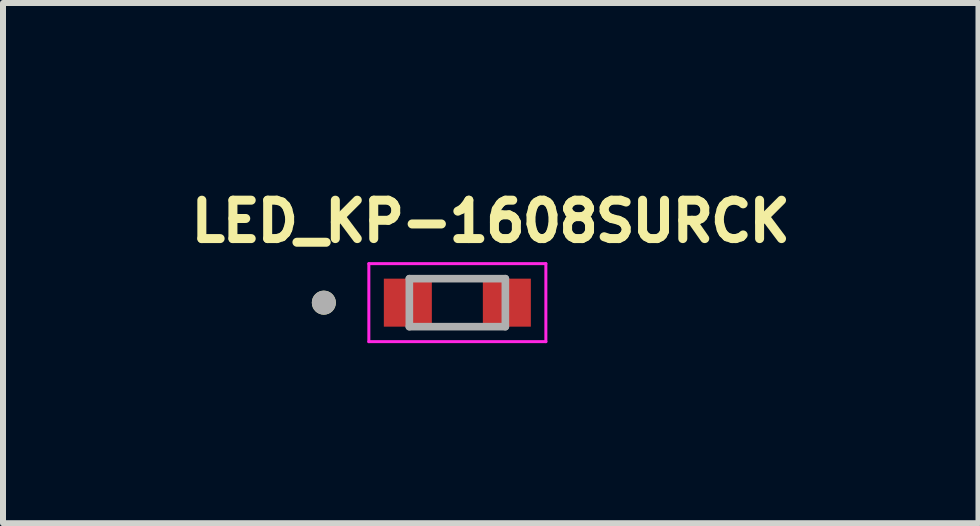
<source format=kicad_pcb>
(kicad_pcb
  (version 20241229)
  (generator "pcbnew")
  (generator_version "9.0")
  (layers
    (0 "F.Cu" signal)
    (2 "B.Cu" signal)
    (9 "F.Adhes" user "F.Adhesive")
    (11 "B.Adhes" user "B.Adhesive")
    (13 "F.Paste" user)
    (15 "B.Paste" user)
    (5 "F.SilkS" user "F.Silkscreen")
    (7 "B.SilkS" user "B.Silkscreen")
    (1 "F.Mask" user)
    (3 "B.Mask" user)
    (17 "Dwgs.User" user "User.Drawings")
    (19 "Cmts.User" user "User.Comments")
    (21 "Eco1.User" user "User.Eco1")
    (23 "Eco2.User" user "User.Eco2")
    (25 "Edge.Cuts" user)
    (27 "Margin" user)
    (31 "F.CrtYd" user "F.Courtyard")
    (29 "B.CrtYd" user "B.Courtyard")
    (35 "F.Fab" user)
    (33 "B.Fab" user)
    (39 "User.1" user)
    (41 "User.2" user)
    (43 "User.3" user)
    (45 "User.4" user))
  (footprint "LED_KP-1608SURCK"
    (layer "F.Cu")
    (at 4.572 1.994)
    (property "Reference" "LED_KP-1608SURCK" (at 0.557 -1.356 0) (layer "F.SilkS") (effects (font (size 0.64 0.64) (thickness 0.15))))
    (attr smd)
    (fp_circle (center -2.225 0) (end -2.125 0) (stroke (width 0.2) (type solid)) (fill no) (layer "F.SilkS"))
    (fp_line (start -1.475 -0.65) (end -1.475 0.65) (stroke (width 0.05) (type solid)) (layer "F.CrtYd"))
    (fp_line (start -1.475 0.65) (end 1.475 0.65) (stroke (width 0.05) (type solid)) (layer "F.CrtYd"))
    (fp_line (start 1.475 -0.65) (end -1.475 -0.65) (stroke (width 0.05) (type solid)) (layer "F.CrtYd"))
    (fp_line (start 1.475 0.65) (end 1.475 -0.65) (stroke (width 0.05) (type solid)) (layer "F.CrtYd"))
    (fp_line (start -0.8 -0.4) (end 0.8 -0.4) (stroke (width 0.127) (type solid)) (layer "F.Fab"))
    (fp_line (start -0.8 0.4) (end -0.8 -0.4) (stroke (width 0.127) (type solid)) (layer "F.Fab"))
    (fp_line (start 0.8 -0.4) (end 0.8 0.4) (stroke (width 0.127) (type solid)) (layer "F.Fab"))
    (fp_line (start 0.8 0.4) (end -0.8 0.4) (stroke (width 0.127) (type solid)) (layer "F.Fab"))
    (fp_circle (center -2.225 0) (end -2.125 0) (stroke (width 0.2) (type solid)) (fill no) (layer "F.Fab"))
    (pad "1" smd rect (at 0.825 0) (size 0.8 0.8) (layers "F.Cu" "F.Mask" "F.Paste"))
    (pad "2" smd rect (at -0.825 0) (size 0.8 0.8) (layers "F.Cu" "F.Mask" "F.Paste")))
  (gr_rect
    (start -3 -3)
    (end 13.257 5.669)
    (stroke (width 0.1) (type default))
    (fill no)
    (layer "Edge.Cuts")))
</source>
